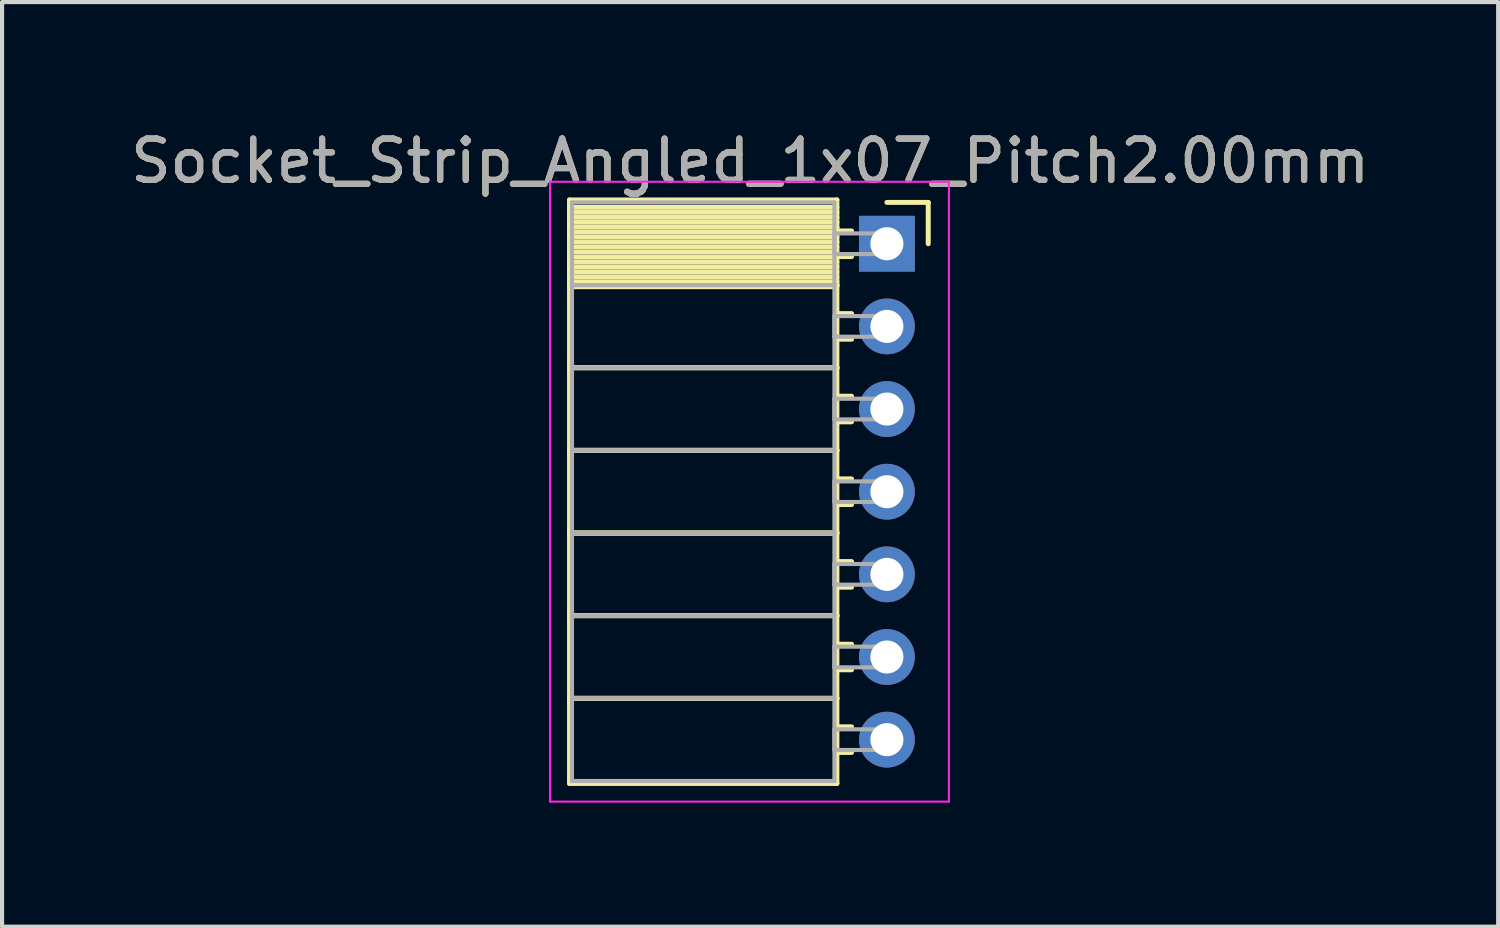
<source format=kicad_pcb>
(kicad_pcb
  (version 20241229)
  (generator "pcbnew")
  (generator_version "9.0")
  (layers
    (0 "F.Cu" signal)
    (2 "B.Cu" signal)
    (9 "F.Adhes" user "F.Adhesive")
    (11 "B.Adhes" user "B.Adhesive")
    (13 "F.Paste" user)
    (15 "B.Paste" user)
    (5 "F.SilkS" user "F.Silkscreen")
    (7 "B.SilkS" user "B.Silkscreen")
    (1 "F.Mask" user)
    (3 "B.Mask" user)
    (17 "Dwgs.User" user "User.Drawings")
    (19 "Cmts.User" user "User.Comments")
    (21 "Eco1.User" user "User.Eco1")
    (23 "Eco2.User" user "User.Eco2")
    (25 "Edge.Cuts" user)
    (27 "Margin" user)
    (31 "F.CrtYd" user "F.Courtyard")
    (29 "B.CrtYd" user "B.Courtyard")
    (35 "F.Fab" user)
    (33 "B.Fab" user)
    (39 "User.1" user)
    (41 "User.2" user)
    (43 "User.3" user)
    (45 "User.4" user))
  (footprint "Socket_Strip_Angled_1x07_Pitch2.00mm"
    (layer "F.Cu")
    (at 18.411 2.848)
    (property "Reference" "Socket_Strip_Angled_1x07_Pitch2.00mm" (at -3.31 -2 0) (layer "F.SilkS") (effects (font (size 1 1) (thickness 0.15))))
    (attr through_hole)
    (fp_line (start -7.68 -1.06) (end -1.21 -1.06) (stroke (width 0.12) (type solid)) (layer "F.SilkS"))
    (fp_line (start -7.68 1) (end -7.68 -1.06) (stroke (width 0.12) (type solid)) (layer "F.SilkS"))
    (fp_line (start -7.68 1) (end -1.21 1) (stroke (width 0.12) (type solid)) (layer "F.SilkS"))
    (fp_line (start -7.68 3) (end -7.68 1) (stroke (width 0.12) (type solid)) (layer "F.SilkS"))
    (fp_line (start -7.68 3) (end -1.21 3) (stroke (width 0.12) (type solid)) (layer "F.SilkS"))
    (fp_line (start -7.68 5) (end -7.68 3) (stroke (width 0.12) (type solid)) (layer "F.SilkS"))
    (fp_line (start -7.68 5) (end -1.21 5) (stroke (width 0.12) (type solid)) (layer "F.SilkS"))
    (fp_line (start -7.68 7) (end -7.68 5) (stroke (width 0.12) (type solid)) (layer "F.SilkS"))
    (fp_line (start -7.68 7) (end -1.21 7) (stroke (width 0.12) (type solid)) (layer "F.SilkS"))
    (fp_line (start -7.68 9) (end -7.68 7) (stroke (width 0.12) (type solid)) (layer "F.SilkS"))
    (fp_line (start -7.68 9) (end -1.21 9) (stroke (width 0.12) (type solid)) (layer "F.SilkS"))
    (fp_line (start -7.68 11) (end -7.68 9) (stroke (width 0.12) (type solid)) (layer "F.SilkS"))
    (fp_line (start -7.68 11) (end -1.21 11) (stroke (width 0.12) (type solid)) (layer "F.SilkS"))
    (fp_line (start -7.68 13.06) (end -7.68 11) (stroke (width 0.12) (type solid)) (layer "F.SilkS"))
    (fp_line (start -1.21 -1.06) (end -1.21 1) (stroke (width 0.12) (type solid)) (layer "F.SilkS"))
    (fp_line (start -1.21 -0.88) (end -7.68 -0.88) (stroke (width 0.12) (type solid)) (layer "F.SilkS"))
    (fp_line (start -1.21 -0.76) (end -7.68 -0.76) (stroke (width 0.12) (type solid)) (layer "F.SilkS"))
    (fp_line (start -1.21 -0.64) (end -7.68 -0.64) (stroke (width 0.12) (type solid)) (layer "F.SilkS"))
    (fp_line (start -1.21 -0.52) (end -7.68 -0.52) (stroke (width 0.12) (type solid)) (layer "F.SilkS"))
    (fp_line (start -1.21 -0.4) (end -7.68 -0.4) (stroke (width 0.12) (type solid)) (layer "F.SilkS"))
    (fp_line (start -1.21 -0.28) (end -7.68 -0.28) (stroke (width 0.12) (type solid)) (layer "F.SilkS"))
    (fp_line (start -1.21 -0.16) (end -7.68 -0.16) (stroke (width 0.12) (type solid)) (layer "F.SilkS"))
    (fp_line (start -1.21 -0.04) (end -7.68 -0.04) (stroke (width 0.12) (type solid)) (layer "F.SilkS"))
    (fp_line (start -1.21 0.08) (end -7.68 0.08) (stroke (width 0.12) (type solid)) (layer "F.SilkS"))
    (fp_line (start -1.21 0.2) (end -7.68 0.2) (stroke (width 0.12) (type solid)) (layer "F.SilkS"))
    (fp_line (start -1.21 0.32) (end -7.68 0.32) (stroke (width 0.12) (type solid)) (layer "F.SilkS"))
    (fp_line (start -1.21 0.44) (end -7.68 0.44) (stroke (width 0.12) (type solid)) (layer "F.SilkS"))
    (fp_line (start -1.21 0.56) (end -7.68 0.56) (stroke (width 0.12) (type solid)) (layer "F.SilkS"))
    (fp_line (start -1.21 0.68) (end -7.68 0.68) (stroke (width 0.12) (type solid)) (layer "F.SilkS"))
    (fp_line (start -1.21 0.8) (end -7.68 0.8) (stroke (width 0.12) (type solid)) (layer "F.SilkS"))
    (fp_line (start -1.21 0.92) (end -7.68 0.92) (stroke (width 0.12) (type solid)) (layer "F.SilkS"))
    (fp_line (start -1.21 1) (end -7.68 1) (stroke (width 0.12) (type solid)) (layer "F.SilkS"))
    (fp_line (start -1.21 1) (end -1.21 3) (stroke (width 0.12) (type solid)) (layer "F.SilkS"))
    (fp_line (start -1.21 1.04) (end -7.68 1.04) (stroke (width 0.12) (type solid)) (layer "F.SilkS"))
    (fp_line (start -1.21 3) (end -7.68 3) (stroke (width 0.12) (type solid)) (layer "F.SilkS"))
    (fp_line (start -1.21 3) (end -1.21 5) (stroke (width 0.12) (type solid)) (layer "F.SilkS"))
    (fp_line (start -1.21 5) (end -7.68 5) (stroke (width 0.12) (type solid)) (layer "F.SilkS"))
    (fp_line (start -1.21 5) (end -1.21 7) (stroke (width 0.12) (type solid)) (layer "F.SilkS"))
    (fp_line (start -1.21 7) (end -7.68 7) (stroke (width 0.12) (type solid)) (layer "F.SilkS"))
    (fp_line (start -1.21 7) (end -1.21 9) (stroke (width 0.12) (type solid)) (layer "F.SilkS"))
    (fp_line (start -1.21 9) (end -7.68 9) (stroke (width 0.12) (type solid)) (layer "F.SilkS"))
    (fp_line (start -1.21 9) (end -1.21 11) (stroke (width 0.12) (type solid)) (layer "F.SilkS"))
    (fp_line (start -1.21 11) (end -7.68 11) (stroke (width 0.12) (type solid)) (layer "F.SilkS"))
    (fp_line (start -1.21 11) (end -1.21 13.06) (stroke (width 0.12) (type solid)) (layer "F.SilkS"))
    (fp_line (start -1.21 13.06) (end -7.68 13.06) (stroke (width 0.12) (type solid)) (layer "F.SilkS"))
    (fp_line (start -0.855 -0.31) (end -1.21 -0.31) (stroke (width 0.12) (type solid)) (layer "F.SilkS"))
    (fp_line (start -0.855 0.31) (end -1.21 0.31) (stroke (width 0.12) (type solid)) (layer "F.SilkS"))
    (fp_line (start -0.855 1.69) (end -1.21 1.69) (stroke (width 0.12) (type solid)) (layer "F.SilkS"))
    (fp_line (start -0.855 2.31) (end -1.21 2.31) (stroke (width 0.12) (type solid)) (layer "F.SilkS"))
    (fp_line (start -0.855 3.69) (end -1.21 3.69) (stroke (width 0.12) (type solid)) (layer "F.SilkS"))
    (fp_line (start -0.855 4.31) (end -1.21 4.31) (stroke (width 0.12) (type solid)) (layer "F.SilkS"))
    (fp_line (start -0.855 5.69) (end -1.21 5.69) (stroke (width 0.12) (type solid)) (layer "F.SilkS"))
    (fp_line (start -0.855 6.31) (end -1.21 6.31) (stroke (width 0.12) (type solid)) (layer "F.SilkS"))
    (fp_line (start -0.855 7.69) (end -1.21 7.69) (stroke (width 0.12) (type solid)) (layer "F.SilkS"))
    (fp_line (start -0.855 8.31) (end -1.21 8.31) (stroke (width 0.12) (type solid)) (layer "F.SilkS"))
    (fp_line (start -0.855 9.69) (end -1.21 9.69) (stroke (width 0.12) (type solid)) (layer "F.SilkS"))
    (fp_line (start -0.855 10.31) (end -1.21 10.31) (stroke (width 0.12) (type solid)) (layer "F.SilkS"))
    (fp_line (start -0.855 11.69) (end -1.21 11.69) (stroke (width 0.12) (type solid)) (layer "F.SilkS"))
    (fp_line (start -0.855 12.31) (end -1.21 12.31) (stroke (width 0.12) (type solid)) (layer "F.SilkS"))
    (fp_line (start 0 -1) (end 1 -1) (stroke (width 0.12) (type solid)) (layer "F.SilkS"))
    (fp_line (start 1 -1) (end 1 0) (stroke (width 0.12) (type solid)) (layer "F.SilkS"))
    (fp_line (start -8.15 -1.5) (end 1.5 -1.5) (stroke (width 0.05) (type solid)) (layer "F.CrtYd"))
    (fp_line (start -8.15 13.5) (end -8.15 -1.5) (stroke (width 0.05) (type solid)) (layer "F.CrtYd"))
    (fp_line (start 1.5 -1.5) (end 1.5 13.5) (stroke (width 0.05) (type solid)) (layer "F.CrtYd"))
    (fp_line (start 1.5 13.5) (end -8.15 13.5) (stroke (width 0.05) (type solid)) (layer "F.CrtYd"))
    (fp_line (start -7.62 -1) (end -1.27 -1) (stroke (width 0.1) (type solid)) (layer "F.Fab"))
    (fp_line (start -7.62 1) (end -7.62 -1) (stroke (width 0.1) (type solid)) (layer "F.Fab"))
    (fp_line (start -7.62 1) (end -1.27 1) (stroke (width 0.1) (type solid)) (layer "F.Fab"))
    (fp_line (start -7.62 3) (end -7.62 1) (stroke (width 0.1) (type solid)) (layer "F.Fab"))
    (fp_line (start -7.62 3) (end -1.27 3) (stroke (width 0.1) (type solid)) (layer "F.Fab"))
    (fp_line (start -7.62 5) (end -7.62 3) (stroke (width 0.1) (type solid)) (layer "F.Fab"))
    (fp_line (start -7.62 5) (end -1.27 5) (stroke (width 0.1) (type solid)) (layer "F.Fab"))
    (fp_line (start -7.62 7) (end -7.62 5) (stroke (width 0.1) (type solid)) (layer "F.Fab"))
    (fp_line (start -7.62 7) (end -1.27 7) (stroke (width 0.1) (type solid)) (layer "F.Fab"))
    (fp_line (start -7.62 9) (end -7.62 7) (stroke (width 0.1) (type solid)) (layer "F.Fab"))
    (fp_line (start -7.62 9) (end -1.27 9) (stroke (width 0.1) (type solid)) (layer "F.Fab"))
    (fp_line (start -7.62 11) (end -7.62 9) (stroke (width 0.1) (type solid)) (layer "F.Fab"))
    (fp_line (start -7.62 11) (end -1.27 11) (stroke (width 0.1) (type solid)) (layer "F.Fab"))
    (fp_line (start -7.62 13) (end -7.62 11) (stroke (width 0.1) (type solid)) (layer "F.Fab"))
    (fp_line (start -1.27 -1) (end -1.27 1) (stroke (width 0.1) (type solid)) (layer "F.Fab"))
    (fp_line (start -1.27 -0.25) (end 0 -0.25) (stroke (width 0.1) (type solid)) (layer "F.Fab"))
    (fp_line (start -1.27 0.25) (end -1.27 -0.25) (stroke (width 0.1) (type solid)) (layer "F.Fab"))
    (fp_line (start -1.27 1) (end -7.62 1) (stroke (width 0.1) (type solid)) (layer "F.Fab"))
    (fp_line (start -1.27 1) (end -1.27 3) (stroke (width 0.1) (type solid)) (layer "F.Fab"))
    (fp_line (start -1.27 1.75) (end 0 1.75) (stroke (width 0.1) (type solid)) (layer "F.Fab"))
    (fp_line (start -1.27 2.25) (end -1.27 1.75) (stroke (width 0.1) (type solid)) (layer "F.Fab"))
    (fp_line (start -1.27 3) (end -7.62 3) (stroke (width 0.1) (type solid)) (layer "F.Fab"))
    (fp_line (start -1.27 3) (end -1.27 5) (stroke (width 0.1) (type solid)) (layer "F.Fab"))
    (fp_line (start -1.27 3.75) (end 0 3.75) (stroke (width 0.1) (type solid)) (layer "F.Fab"))
    (fp_line (start -1.27 4.25) (end -1.27 3.75) (stroke (width 0.1) (type solid)) (layer "F.Fab"))
    (fp_line (start -1.27 5) (end -7.62 5) (stroke (width 0.1) (type solid)) (layer "F.Fab"))
    (fp_line (start -1.27 5) (end -1.27 7) (stroke (width 0.1) (type solid)) (layer "F.Fab"))
    (fp_line (start -1.27 5.75) (end 0 5.75) (stroke (width 0.1) (type solid)) (layer "F.Fab"))
    (fp_line (start -1.27 6.25) (end -1.27 5.75) (stroke (width 0.1) (type solid)) (layer "F.Fab"))
    (fp_line (start -1.27 7) (end -7.62 7) (stroke (width 0.1) (type solid)) (layer "F.Fab"))
    (fp_line (start -1.27 7) (end -1.27 9) (stroke (width 0.1) (type solid)) (layer "F.Fab"))
    (fp_line (start -1.27 7.75) (end 0 7.75) (stroke (width 0.1) (type solid)) (layer "F.Fab"))
    (fp_line (start -1.27 8.25) (end -1.27 7.75) (stroke (width 0.1) (type solid)) (layer "F.Fab"))
    (fp_line (start -1.27 9) (end -7.62 9) (stroke (width 0.1) (type solid)) (layer "F.Fab"))
    (fp_line (start -1.27 9) (end -1.27 11) (stroke (width 0.1) (type solid)) (layer "F.Fab"))
    (fp_line (start -1.27 9.75) (end 0 9.75) (stroke (width 0.1) (type solid)) (layer "F.Fab"))
    (fp_line (start -1.27 10.25) (end -1.27 9.75) (stroke (width 0.1) (type solid)) (layer "F.Fab"))
    (fp_line (start -1.27 11) (end -7.62 11) (stroke (width 0.1) (type solid)) (layer "F.Fab"))
    (fp_line (start -1.27 11) (end -1.27 13) (stroke (width 0.1) (type solid)) (layer "F.Fab"))
    (fp_line (start -1.27 11.75) (end 0 11.75) (stroke (width 0.1) (type solid)) (layer "F.Fab"))
    (fp_line (start -1.27 12.25) (end -1.27 11.75) (stroke (width 0.1) (type solid)) (layer "F.Fab"))
    (fp_line (start -1.27 13) (end -7.62 13) (stroke (width 0.1) (type solid)) (layer "F.Fab"))
    (fp_line (start 0 -0.25) (end 0 0.25) (stroke (width 0.1) (type solid)) (layer "F.Fab"))
    (fp_line (start 0 0.25) (end -1.27 0.25) (stroke (width 0.1) (type solid)) (layer "F.Fab"))
    (fp_line (start 0 1.75) (end 0 2.25) (stroke (width 0.1) (type solid)) (layer "F.Fab"))
    (fp_line (start 0 2.25) (end -1.27 2.25) (stroke (width 0.1) (type solid)) (layer "F.Fab"))
    (fp_line (start 0 3.75) (end 0 4.25) (stroke (width 0.1) (type solid)) (layer "F.Fab"))
    (fp_line (start 0 4.25) (end -1.27 4.25) (stroke (width 0.1) (type solid)) (layer "F.Fab"))
    (fp_line (start 0 5.75) (end 0 6.25) (stroke (width 0.1) (type solid)) (layer "F.Fab"))
    (fp_line (start 0 6.25) (end -1.27 6.25) (stroke (width 0.1) (type solid)) (layer "F.Fab"))
    (fp_line (start 0 7.75) (end 0 8.25) (stroke (width 0.1) (type solid)) (layer "F.Fab"))
    (fp_line (start 0 8.25) (end -1.27 8.25) (stroke (width 0.1) (type solid)) (layer "F.Fab"))
    (fp_line (start 0 9.75) (end 0 10.25) (stroke (width 0.1) (type solid)) (layer "F.Fab"))
    (fp_line (start 0 10.25) (end -1.27 10.25) (stroke (width 0.1) (type solid)) (layer "F.Fab"))
    (fp_line (start 0 11.75) (end 0 12.25) (stroke (width 0.1) (type solid)) (layer "F.Fab"))
    (fp_line (start 0 12.25) (end -1.27 12.25) (stroke (width 0.1) (type solid)) (layer "F.Fab"))
    (fp_text user "${REFERENCE}" (at -3.31 -2 0) (layer "F.Fab") (effects (font (size 1 1) (thickness 0.15))))
    (pad "1" thru_hole rect (at 0 0) (size 1.35 1.35) (drill 0.8) (layers "*.Cu" "*.Mask"))
    (pad "2" thru_hole oval (at 0 2) (size 1.35 1.35) (drill 0.8) (layers "*.Cu" "*.Mask"))
    (pad "3" thru_hole oval (at 0 4) (size 1.35 1.35) (drill 0.8) (layers "*.Cu" "*.Mask"))
    (pad "4" thru_hole oval (at 0 6) (size 1.35 1.35) (drill 0.8) (layers "*.Cu" "*.Mask"))
    (pad "5" thru_hole oval (at 0 8) (size 1.35 1.35) (drill 0.8) (layers "*.Cu" "*.Mask"))
    (pad "6" thru_hole oval (at 0 10) (size 1.35 1.35) (drill 0.8) (layers "*.Cu" "*.Mask"))
    (pad "7" thru_hole oval (at 0 12) (size 1.35 1.35) (drill 0.8) (layers "*.Cu" "*.Mask")))
  (gr_rect
    (start -3 -3)
    (end 33.202 19.373)
    (stroke (width 0.1) (type default))
    (fill no)
    (layer "Edge.Cuts")))
</source>
